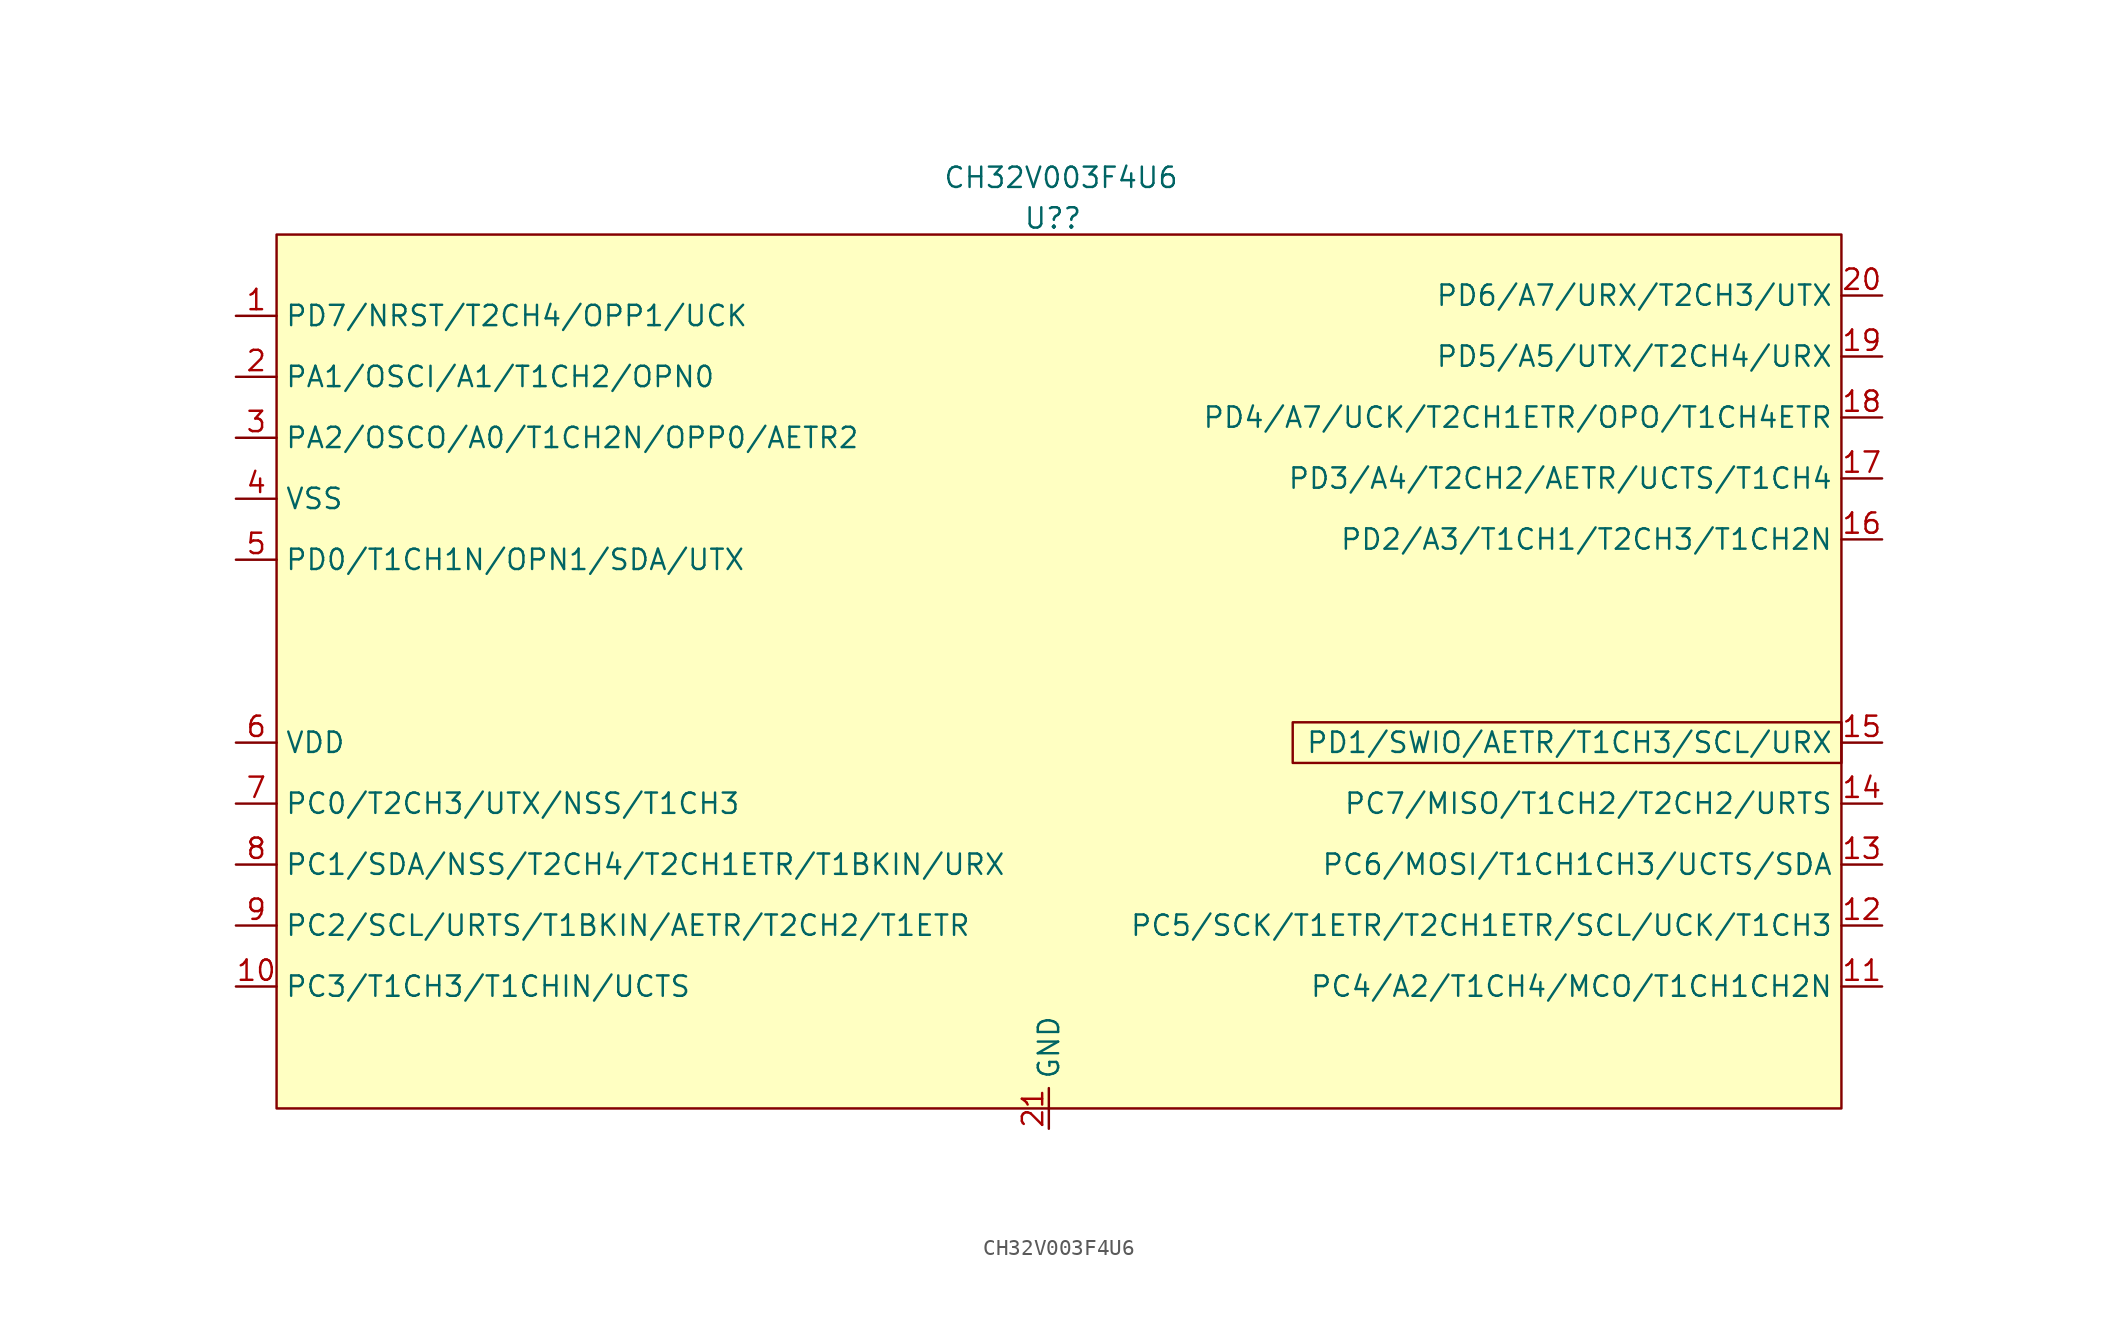
<source format=kicad_sym>
(kicad_symbol_lib
  (version 20241209)
  (generator "kicad_symbol_editor")
  (generator_version "9.0")
  (symbol "CH32V003F4U6"
    (property "Reference" "U?"
      (at 0.254 28.956 0)
      (effects (font (size 1.27 1.27))))
    (property "Value" "CH32V003F4U6"
      (at 0.762 31.496 0)
      (effects (font (size 1.27 1.27))))
    (symbol "CH32V003F4U6_0_1"
      (rectangle (start -48.26 27.94) (end 49.53 -26.67) (stroke (width 0) (type default)) (fill (type background)))
      (rectangle (start 15.24 -2.54) (end 49.53 -5.08) (stroke (width 0) (type default)) (fill (type background))))
    (symbol "CH32V003F4U6_1_1"
      (pin bidirectional line (at -50.8 22.86 0) (length 2.54) (name "PD7/NRST/T2CH4/OPP1/UCK" (effects (font (size 1.27 1.27)))) (number "1" (effects (font (size 1.27 1.27)))))
      (pin bidirectional line (at -50.8 19.05 0) (length 2.54) (name "PA1/OSCI/A1/T1CH2/OPN0" (effects (font (size 1.27 1.27)))) (number "2" (effects (font (size 1.27 1.27)))))
      (pin bidirectional line (at -50.8 15.24 0) (length 2.54) (name "PA2/OSCO/A0/T1CH2N/OPP0/AETR2" (effects (font (size 1.27 1.27)))) (number "3" (effects (font (size 1.27 1.27)))))
      (pin bidirectional line (at -50.8 11.43 0) (length 2.54) (name "VSS" (effects (font (size 1.27 1.27)))) (number "4" (effects (font (size 1.27 1.27)))))
      (pin bidirectional line (at -50.8 7.62 0) (length 2.54) (name "PD0/T1CH1N/OPN1/SDA/UTX" (effects (font (size 1.27 1.27)))) (number "5" (effects (font (size 1.27 1.27)))))
      (pin bidirectional line (at -50.8 -3.81 0) (length 2.54) (name "VDD" (effects (font (size 1.27 1.27)))) (number "6" (effects (font (size 1.27 1.27)))))
      (pin bidirectional line (at -50.8 -7.62 0) (length 2.54) (name "PC0/T2CH3/UTX/NSS/T1CH3" (effects (font (size 1.27 1.27)))) (number "7" (effects (font (size 1.27 1.27)))))
      (pin bidirectional line (at -50.8 -11.43 0) (length 2.54) (name "PC1/SDA/NSS/T2CH4/T2CH1ETR/T1BKIN/URX" (effects (font (size 1.27 1.27)))) (number "8" (effects (font (size 1.27 1.27)))))
      (pin bidirectional line (at -50.8 -15.24 0) (length 2.54) (name "PC2/SCL/URTS/T1BKIN/AETR/T2CH2/T1ETR" (effects (font (size 1.27 1.27)))) (number "9" (effects (font (size 1.27 1.27)))))
      (pin bidirectional line (at -50.8 -19.05 0) (length 2.54) (name "PC3/T1CH3/T1CHIN/UCTS" (effects (font (size 1.27 1.27)))) (number "10" (effects (font (size 1.27 1.27)))))
      (pin bidirectional line (at 0 -27.94 90) (length 2.54) (name "GND" (effects (font (size 1.27 1.27)))) (number "21" (effects (font (size 1.27 1.27)))))
      (pin bidirectional line (at 52.07 24.13 180) (length 2.54) (name "PD6/A7/URX/T2CH3/UTX" (effects (font (size 1.27 1.27)))) (number "20" (effects (font (size 1.27 1.27)))))
      (pin bidirectional line (at 52.07 20.32 180) (length 2.54) (name "PD5/A5/UTX/T2CH4/URX" (effects (font (size 1.27 1.27)))) (number "19" (effects (font (size 1.27 1.27)))))
      (pin bidirectional line (at 52.07 16.51 180) (length 2.54) (name "PD4/A7/UCK/T2CH1ETR/OPO/T1CH4ETR" (effects (font (size 1.27 1.27)))) (number "18" (effects (font (size 1.27 1.27)))))
      (pin bidirectional line (at 52.07 12.7 180) (length 2.54) (name "PD3/A4/T2CH2/AETR/UCTS/T1CH4" (effects (font (size 1.27 1.27)))) (number "17" (effects (font (size 1.27 1.27)))))
      (pin bidirectional line (at 52.07 8.89 180) (length 2.54) (name "PD2/A3/T1CH1/T2CH3/T1CH2N" (effects (font (size 1.27 1.27)))) (number "16" (effects (font (size 1.27 1.27)))))
      (pin bidirectional line (at 52.07 -3.81 180) (length 2.54) (name "PD1/SWIO/AETR/T1CH3/SCL/URX" (effects (font (size 1.27 1.27)))) (number "15" (effects (font (size 1.27 1.27)))))
      (pin bidirectional line (at 52.07 -7.62 180) (length 2.54) (name "PC7/MISO/T1CH2/T2CH2/URTS" (effects (font (size 1.27 1.27)))) (number "14" (effects (font (size 1.27 1.27)))))
      (pin bidirectional line (at 52.07 -11.43 180) (length 2.54) (name "PC6/MOSI/T1CH1CH3/UCTS/SDA" (effects (font (size 1.27 1.27)))) (number "13" (effects (font (size 1.27 1.27)))))
      (pin bidirectional line (at 52.07 -15.24 180) (length 2.54) (name "PC5/SCK/T1ETR/T2CH1ETR/SCL/UCK/T1CH3" (effects (font (size 1.27 1.27)))) (number "12" (effects (font (size 1.27 1.27)))))
      (pin bidirectional line (at 52.07 -19.05 180) (length 2.54) (name "PC4/A2/T1CH4/MCO/T1CH1CH2N" (effects (font (size 1.27 1.27)))) (number "11" (effects (font (size 1.27 1.27))))))))
</source>
